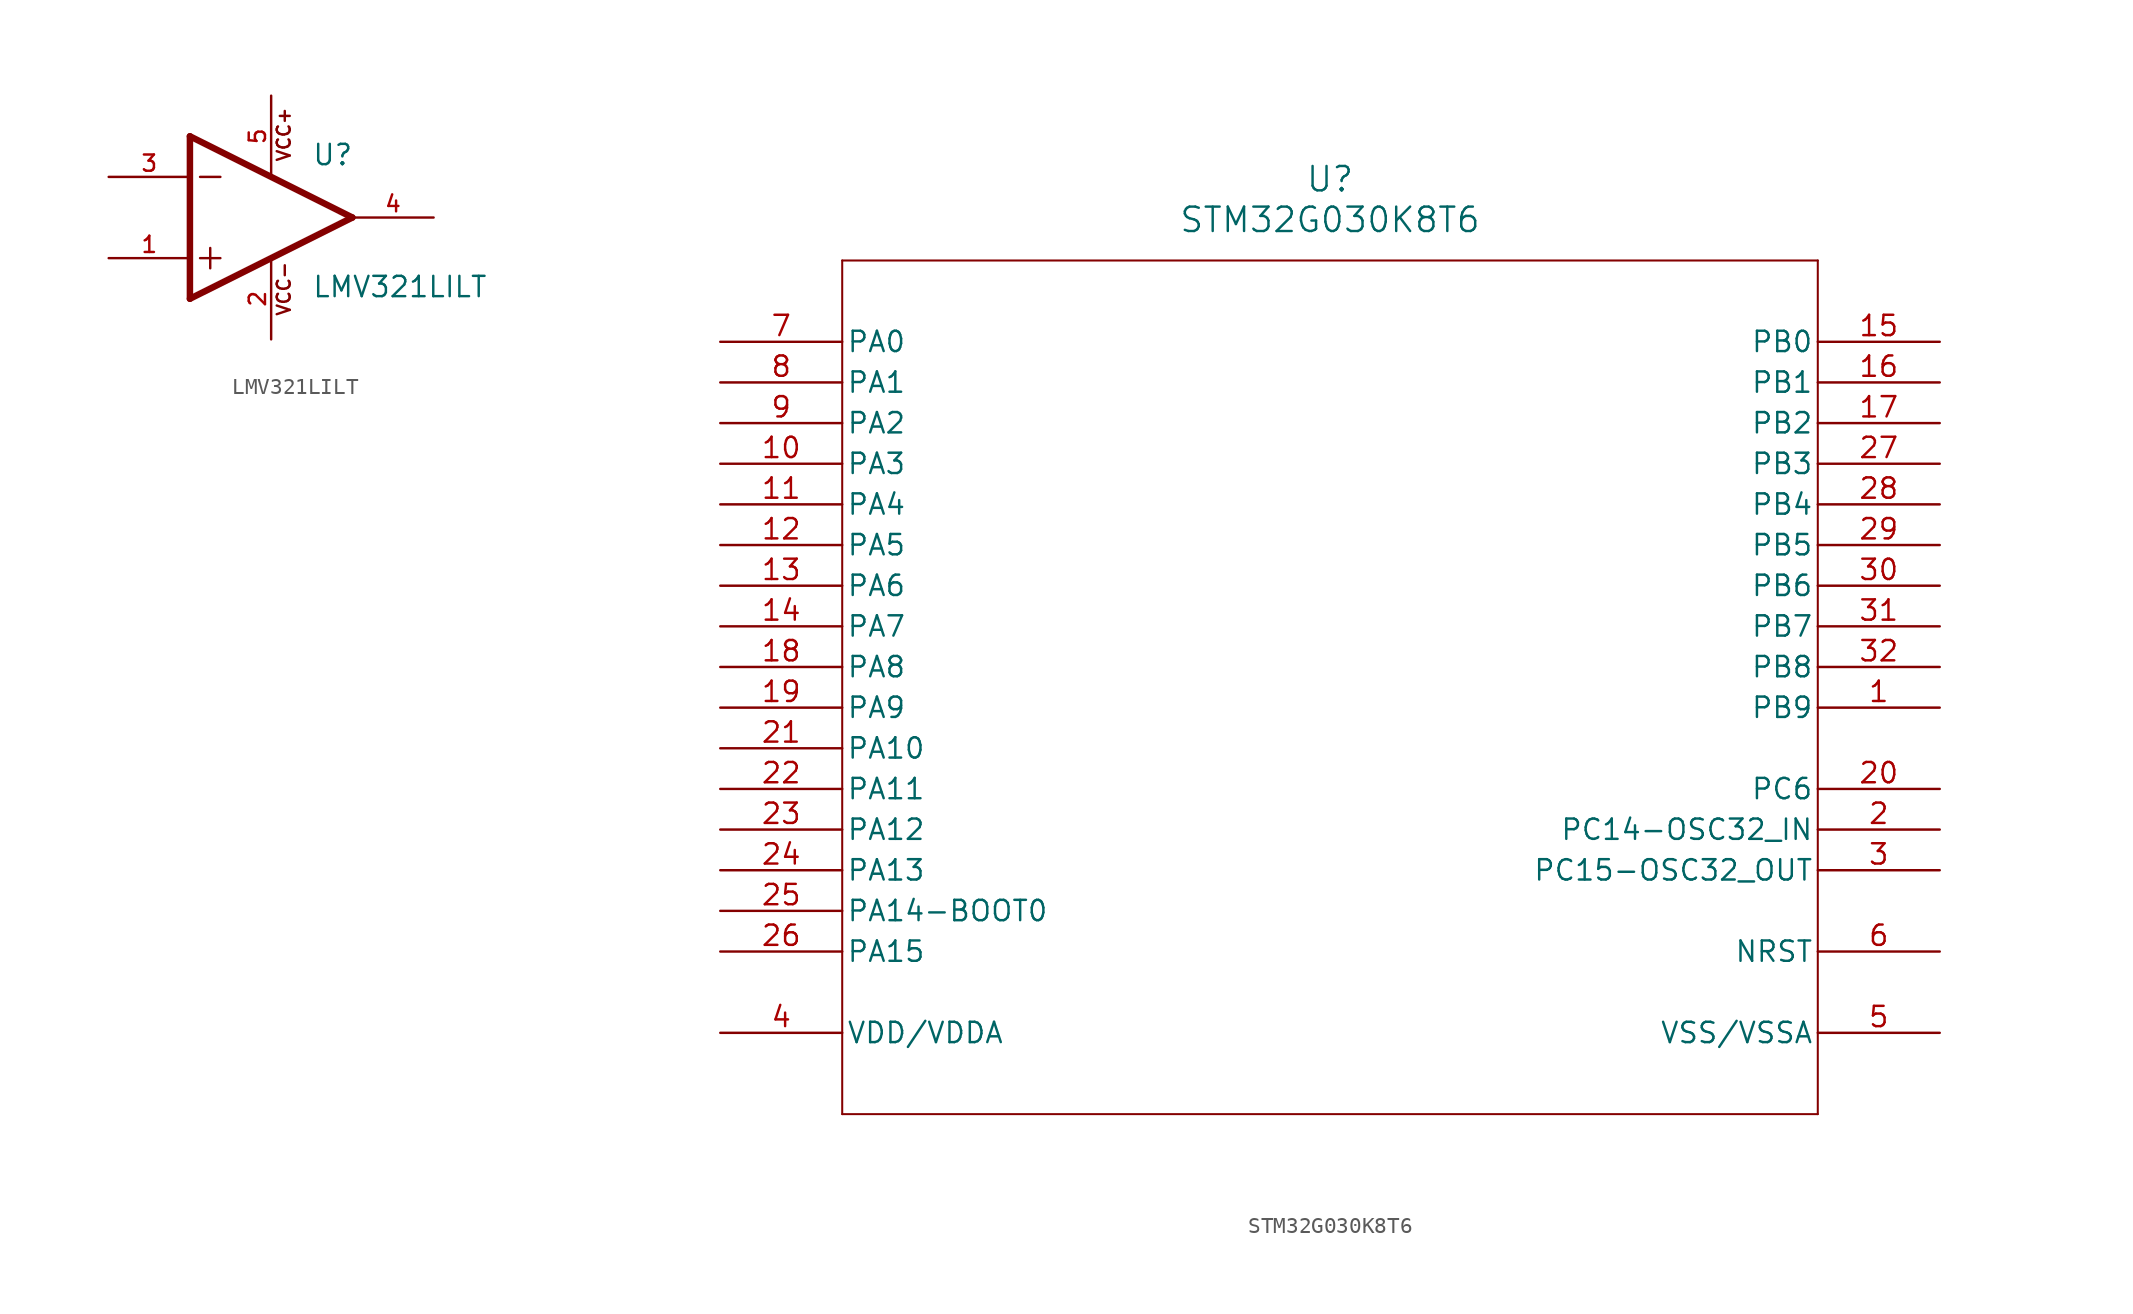
<source format=kicad_sym>
(kicad_symbol_lib
  (version 20241209)
  (generator "kicad_symbol_editor")
  (generator_version "9.0")
  (symbol "LMV321LILT"
    (pin_names
      (offset 1.016))
    (property "Reference" "U"
      (at 5.08 3.175 0)
      (effects (font (size 1.27 1.27)) (justify left bottom)))
    (property "Value" "LMV321LILT"
      (at 5.08 -5.08 0)
      (effects (font (size 1.27 1.27)) (justify left bottom)))
    (symbol "LMV321LILT_0_0"
      (polyline (pts (xy -2.54 5.08) (xy -2.54 -5.08)) (stroke (width 0.406) (type default)) (fill (type none)))
      (polyline (pts (xy -2.54 -5.08) (xy 7.62 0)) (stroke (width 0.406) (type default)) (fill (type none)))
      (polyline (pts (xy -1.905 2.54) (xy -0.635 2.54)) (stroke (width 0.152) (type default)) (fill (type none)))
      (polyline (pts (xy -1.905 -2.54) (xy -0.635 -2.54)) (stroke (width 0.152) (type default)) (fill (type none)))
      (polyline (pts (xy -1.27 -1.905) (xy -1.27 -3.175)) (stroke (width 0.152) (type default)) (fill (type none)))
      (polyline (pts (xy 7.62 0) (xy -2.54 5.08)) (stroke (width 0.406) (type default)) (fill (type none)))
      (text "VCC+" (at 3.81 3.429 900) (effects (font (size 0.813 0.813)) (justify left bottom)))
      (text "VCC-" (at 3.81 -6.223 900) (effects (font (size 0.813 0.813)) (justify left bottom)))
      (pin input line (at -7.62 2.54 0) (length 5.08) (name "~" (effects (font (size 1.016 1.016)))) (number "3" (effects (font (size 1.016 1.016)))))
      (pin input line (at -7.62 -2.54 0) (length 5.08) (name "~" (effects (font (size 1.016 1.016)))) (number "1" (effects (font (size 1.016 1.016)))))
      (pin power_in line (at 2.54 7.62 270) (length 5.08) (name "~" (effects (font (size 1.016 1.016)))) (number "5" (effects (font (size 1.016 1.016)))))
      (pin power_in line (at 2.54 -7.62 90) (length 5.08) (name "~" (effects (font (size 1.016 1.016)))) (number "2" (effects (font (size 1.016 1.016)))))
      (pin output line (at 12.7 0 180) (length 5.08) (name "~" (effects (font (size 1.016 1.016)))) (number "4" (effects (font (size 1.016 1.016)))))))
  (symbol "STM32G030K8T6"
    (pin_names
      (offset 0.254))
    (property "Reference" "U"
      (at 38.1 10.16 0)
      (effects (font (size 1.524 1.524))))
    (property "Value" "STM32G030K8T6"
      (at 38.1 7.62 0)
      (effects (font (size 1.524 1.524))))
    (symbol "STM32G030K8T6_0_1"
      (polyline (pts (xy 7.62 5.08) (xy 7.62 -48.26)) (stroke (width 0.127) (type default)) (fill (type none)))
      (polyline (pts (xy 7.62 -48.26) (xy 68.58 -48.26)) (stroke (width 0.127) (type default)) (fill (type none)))
      (polyline (pts (xy 68.58 5.08) (xy 7.62 5.08)) (stroke (width 0.127) (type default)) (fill (type none)))
      (polyline (pts (xy 68.58 -48.26) (xy 68.58 5.08)) (stroke (width 0.127) (type default)) (fill (type none)))
      (pin bidirectional line (at 0 0 0) (length 7.62) (name "PA0" (effects (font (size 1.27 1.27)))) (number "7" (effects (font (size 1.27 1.27)))))
      (pin bidirectional line (at 0 -2.54 0) (length 7.62) (name "PA1" (effects (font (size 1.27 1.27)))) (number "8" (effects (font (size 1.27 1.27)))))
      (pin bidirectional line (at 0 -5.08 0) (length 7.62) (name "PA2" (effects (font (size 1.27 1.27)))) (number "9" (effects (font (size 1.27 1.27)))))
      (pin bidirectional line (at 0 -7.62 0) (length 7.62) (name "PA3" (effects (font (size 1.27 1.27)))) (number "10" (effects (font (size 1.27 1.27)))))
      (pin bidirectional line (at 0 -10.16 0) (length 7.62) (name "PA4" (effects (font (size 1.27 1.27)))) (number "11" (effects (font (size 1.27 1.27)))))
      (pin bidirectional line (at 0 -12.7 0) (length 7.62) (name "PA5" (effects (font (size 1.27 1.27)))) (number "12" (effects (font (size 1.27 1.27)))))
      (pin bidirectional line (at 0 -15.24 0) (length 7.62) (name "PA6" (effects (font (size 1.27 1.27)))) (number "13" (effects (font (size 1.27 1.27)))))
      (pin bidirectional line (at 0 -17.78 0) (length 7.62) (name "PA7" (effects (font (size 1.27 1.27)))) (number "14" (effects (font (size 1.27 1.27)))))
      (pin bidirectional line (at 0 -20.32 0) (length 7.62) (name "PA8" (effects (font (size 1.27 1.27)))) (number "18" (effects (font (size 1.27 1.27)))))
      (pin bidirectional line (at 0 -22.86 0) (length 7.62) (name "PA9" (effects (font (size 1.27 1.27)))) (number "19" (effects (font (size 1.27 1.27)))))
      (pin bidirectional line (at 0 -25.4 0) (length 7.62) (name "PA10" (effects (font (size 1.27 1.27)))) (number "21" (effects (font (size 1.27 1.27)))))
      (pin bidirectional line (at 0 -27.94 0) (length 7.62) (name "PA11" (effects (font (size 1.27 1.27)))) (number "22" (effects (font (size 1.27 1.27)))))
      (pin bidirectional line (at 0 -30.48 0) (length 7.62) (name "PA12" (effects (font (size 1.27 1.27)))) (number "23" (effects (font (size 1.27 1.27)))))
      (pin bidirectional line (at 0 -33.02 0) (length 7.62) (name "PA13" (effects (font (size 1.27 1.27)))) (number "24" (effects (font (size 1.27 1.27)))))
      (pin bidirectional line (at 0 -35.56 0) (length 7.62) (name "PA14-BOOT0" (effects (font (size 1.27 1.27)))) (number "25" (effects (font (size 1.27 1.27)))))
      (pin bidirectional line (at 0 -38.1 0) (length 7.62) (name "PA15" (effects (font (size 1.27 1.27)))) (number "26" (effects (font (size 1.27 1.27)))))
      (pin power_in line (at 0 -43.18 0) (length 7.62) (name "VDD/VDDA" (effects (font (size 1.27 1.27)))) (number "4" (effects (font (size 1.27 1.27)))))
      (pin bidirectional line (at 76.2 0 180) (length 7.62) (name "PB0" (effects (font (size 1.27 1.27)))) (number "15" (effects (font (size 1.27 1.27)))))
      (pin bidirectional line (at 76.2 -2.54 180) (length 7.62) (name "PB1" (effects (font (size 1.27 1.27)))) (number "16" (effects (font (size 1.27 1.27)))))
      (pin bidirectional line (at 76.2 -5.08 180) (length 7.62) (name "PB2" (effects (font (size 1.27 1.27)))) (number "17" (effects (font (size 1.27 1.27)))))
      (pin bidirectional line (at 76.2 -7.62 180) (length 7.62) (name "PB3" (effects (font (size 1.27 1.27)))) (number "27" (effects (font (size 1.27 1.27)))))
      (pin bidirectional line (at 76.2 -10.16 180) (length 7.62) (name "PB4" (effects (font (size 1.27 1.27)))) (number "28" (effects (font (size 1.27 1.27)))))
      (pin bidirectional line (at 76.2 -12.7 180) (length 7.62) (name "PB5" (effects (font (size 1.27 1.27)))) (number "29" (effects (font (size 1.27 1.27)))))
      (pin bidirectional line (at 76.2 -15.24 180) (length 7.62) (name "PB6" (effects (font (size 1.27 1.27)))) (number "30" (effects (font (size 1.27 1.27)))))
      (pin bidirectional line (at 76.2 -17.78 180) (length 7.62) (name "PB7" (effects (font (size 1.27 1.27)))) (number "31" (effects (font (size 1.27 1.27)))))
      (pin bidirectional line (at 76.2 -20.32 180) (length 7.62) (name "PB8" (effects (font (size 1.27 1.27)))) (number "32" (effects (font (size 1.27 1.27)))))
      (pin bidirectional line (at 76.2 -22.86 180) (length 7.62) (name "PB9" (effects (font (size 1.27 1.27)))) (number "1" (effects (font (size 1.27 1.27)))))
      (pin bidirectional line (at 76.2 -27.94 180) (length 7.62) (name "PC6" (effects (font (size 1.27 1.27)))) (number "20" (effects (font (size 1.27 1.27)))))
      (pin bidirectional line (at 76.2 -30.48 180) (length 7.62) (name "PC14-OSC32_IN" (effects (font (size 1.27 1.27)))) (number "2" (effects (font (size 1.27 1.27)))))
      (pin bidirectional line (at 76.2 -33.02 180) (length 7.62) (name "PC15-OSC32_OUT" (effects (font (size 1.27 1.27)))) (number "3" (effects (font (size 1.27 1.27)))))
      (pin bidirectional line (at 76.2 -38.1 180) (length 7.62) (name "NRST" (effects (font (size 1.27 1.27)))) (number "6" (effects (font (size 1.27 1.27)))))
      (pin power_in line (at 76.2 -43.18 180) (length 7.62) (name "VSS/VSSA" (effects (font (size 1.27 1.27)))) (number "5" (effects (font (size 1.27 1.27))))))))
</source>
